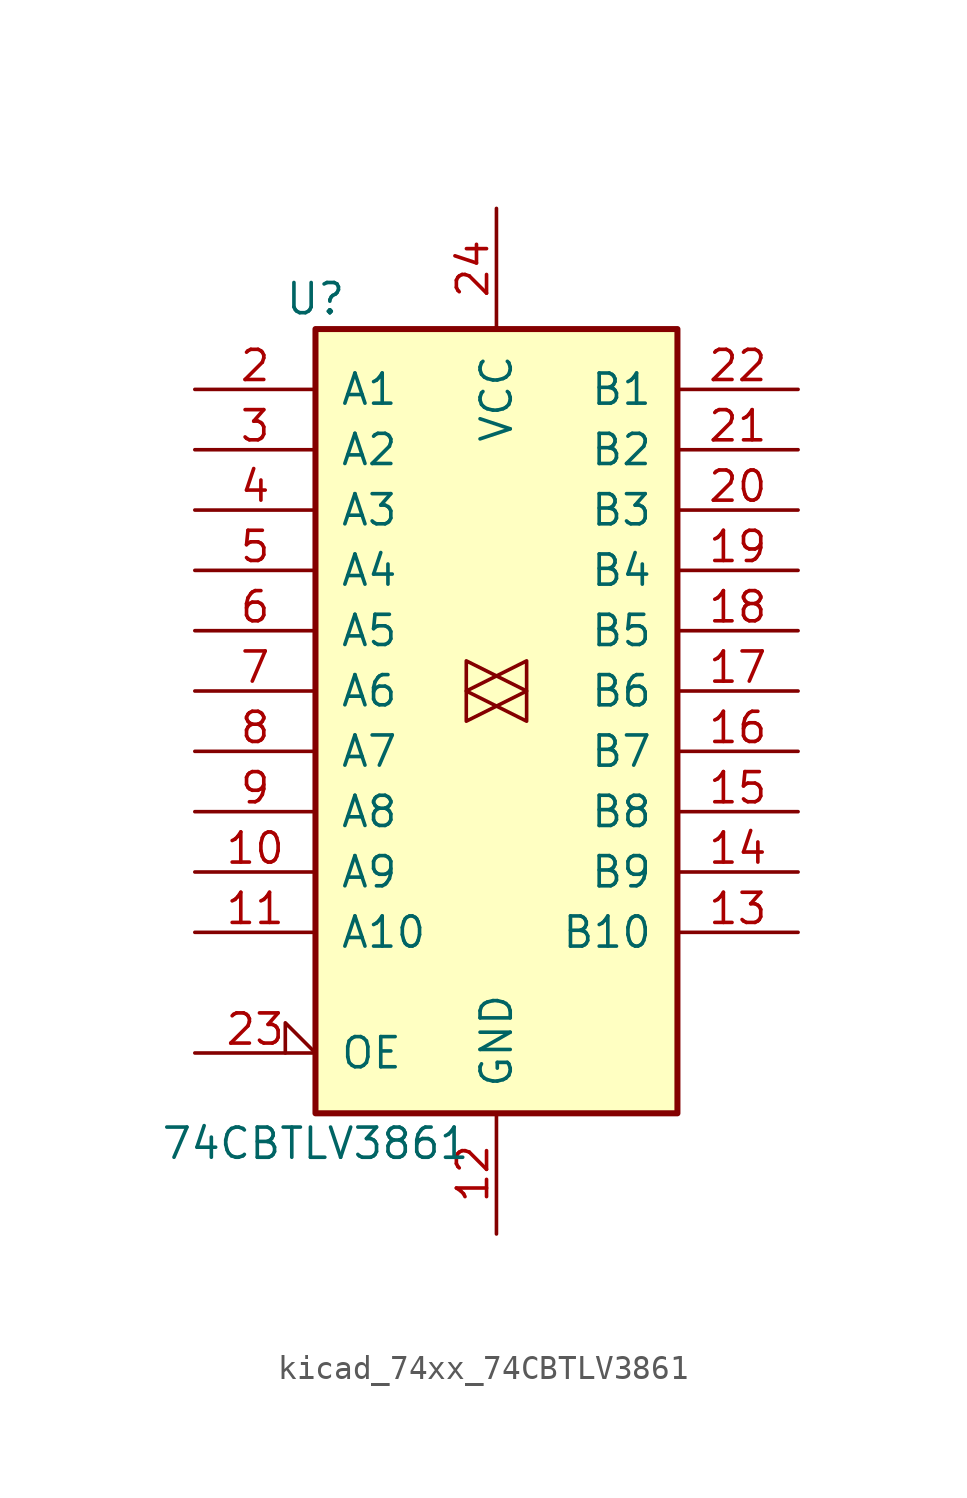
<source format=kicad_sym>
(kicad_symbol_lib
  (version 20220914)
  (generator kicad_symbol_editor)
  (symbol "kicad_74xx_74CBTLV3861"
    (pin_names
      (offset 1.016))
    (property "Reference" "U"
      (at -7.62 16.51 0)
      (effects (font (size 1.27 1.27))))
    (property "Value" "74CBTLV3861"
      (at -7.62 -19.05 0)
      (effects (font (size 1.27 1.27))))
    (property "ki_locked" ""
      (at 0 0 0)
      (effects (font (size 1.27 1.27))))
    (symbol "kicad_74xx_74CBTLV3861_1_0"
      (polyline (pts (xy 1.27 0) (xy -1.27 1.27) (xy -1.27 -1.27) (xy 1.27 0)) (stroke (width 0.152) (type default)) (fill (type none)))
      (polyline (pts (xy 1.27 1.27) (xy -1.27 0) (xy 1.27 -1.27) (xy 1.27 1.27)) (stroke (width 0) (type default)) (fill (type none)))
      (pin bidirectional line (at -12.7 -7.62 0) (length 5.08) (name "A9" (effects (font (size 1.27 1.27)))) (number "10" (effects (font (size 1.27 1.27)))))
      (pin bidirectional line (at -12.7 -10.16 0) (length 5.08) (name "A10" (effects (font (size 1.27 1.27)))) (number "11" (effects (font (size 1.27 1.27)))))
      (pin power_in line (at 0 -22.86 90) (length 5.08) (name "GND" (effects (font (size 1.27 1.27)))) (number "12" (effects (font (size 1.27 1.27)))))
      (pin bidirectional line (at 12.7 -10.16 180) (length 5.08) (name "B10" (effects (font (size 1.27 1.27)))) (number "13" (effects (font (size 1.27 1.27)))))
      (pin bidirectional line (at 12.7 -7.62 180) (length 5.08) (name "B9" (effects (font (size 1.27 1.27)))) (number "14" (effects (font (size 1.27 1.27)))))
      (pin bidirectional line (at 12.7 -5.08 180) (length 5.08) (name "B8" (effects (font (size 1.27 1.27)))) (number "15" (effects (font (size 1.27 1.27)))))
      (pin bidirectional line (at 12.7 -2.54 180) (length 5.08) (name "B7" (effects (font (size 1.27 1.27)))) (number "16" (effects (font (size 1.27 1.27)))))
      (pin bidirectional line (at 12.7 0 180) (length 5.08) (name "B6" (effects (font (size 1.27 1.27)))) (number "17" (effects (font (size 1.27 1.27)))))
      (pin bidirectional line (at 12.7 2.54 180) (length 5.08) (name "B5" (effects (font (size 1.27 1.27)))) (number "18" (effects (font (size 1.27 1.27)))))
      (pin bidirectional line (at 12.7 5.08 180) (length 5.08) (name "B4" (effects (font (size 1.27 1.27)))) (number "19" (effects (font (size 1.27 1.27)))))
      (pin bidirectional line (at -12.7 12.7 0) (length 5.08) (name "A1" (effects (font (size 1.27 1.27)))) (number "2" (effects (font (size 1.27 1.27)))))
      (pin bidirectional line (at 12.7 7.62 180) (length 5.08) (name "B3" (effects (font (size 1.27 1.27)))) (number "20" (effects (font (size 1.27 1.27)))))
      (pin bidirectional line (at 12.7 10.16 180) (length 5.08) (name "B2" (effects (font (size 1.27 1.27)))) (number "21" (effects (font (size 1.27 1.27)))))
      (pin bidirectional line (at 12.7 12.7 180) (length 5.08) (name "B1" (effects (font (size 1.27 1.27)))) (number "22" (effects (font (size 1.27 1.27)))))
      (pin input input_low (at -12.7 -15.24 0) (length 5.08) (name "OE" (effects (font (size 1.27 1.27)))) (number "23" (effects (font (size 1.27 1.27)))))
      (pin power_in line (at 0 20.32 270) (length 5.08) (name "VCC" (effects (font (size 1.27 1.27)))) (number "24" (effects (font (size 1.27 1.27)))))
      (pin bidirectional line (at -12.7 10.16 0) (length 5.08) (name "A2" (effects (font (size 1.27 1.27)))) (number "3" (effects (font (size 1.27 1.27)))))
      (pin bidirectional line (at -12.7 7.62 0) (length 5.08) (name "A3" (effects (font (size 1.27 1.27)))) (number "4" (effects (font (size 1.27 1.27)))))
      (pin bidirectional line (at -12.7 5.08 0) (length 5.08) (name "A4" (effects (font (size 1.27 1.27)))) (number "5" (effects (font (size 1.27 1.27)))))
      (pin bidirectional line (at -12.7 2.54 0) (length 5.08) (name "A5" (effects (font (size 1.27 1.27)))) (number "6" (effects (font (size 1.27 1.27)))))
      (pin bidirectional line (at -12.7 0 0) (length 5.08) (name "A6" (effects (font (size 1.27 1.27)))) (number "7" (effects (font (size 1.27 1.27)))))
      (pin bidirectional line (at -12.7 -2.54 0) (length 5.08) (name "A7" (effects (font (size 1.27 1.27)))) (number "8" (effects (font (size 1.27 1.27)))))
      (pin bidirectional line (at -12.7 -5.08 0) (length 5.08) (name "A8" (effects (font (size 1.27 1.27)))) (number "9" (effects (font (size 1.27 1.27))))))
    (symbol "kicad_74xx_74CBTLV3861_1_1"
      (rectangle (start -7.62 15.24) (end 7.62 -17.78) (stroke (width 0.254) (type default)) (fill (type background))))))
</source>
